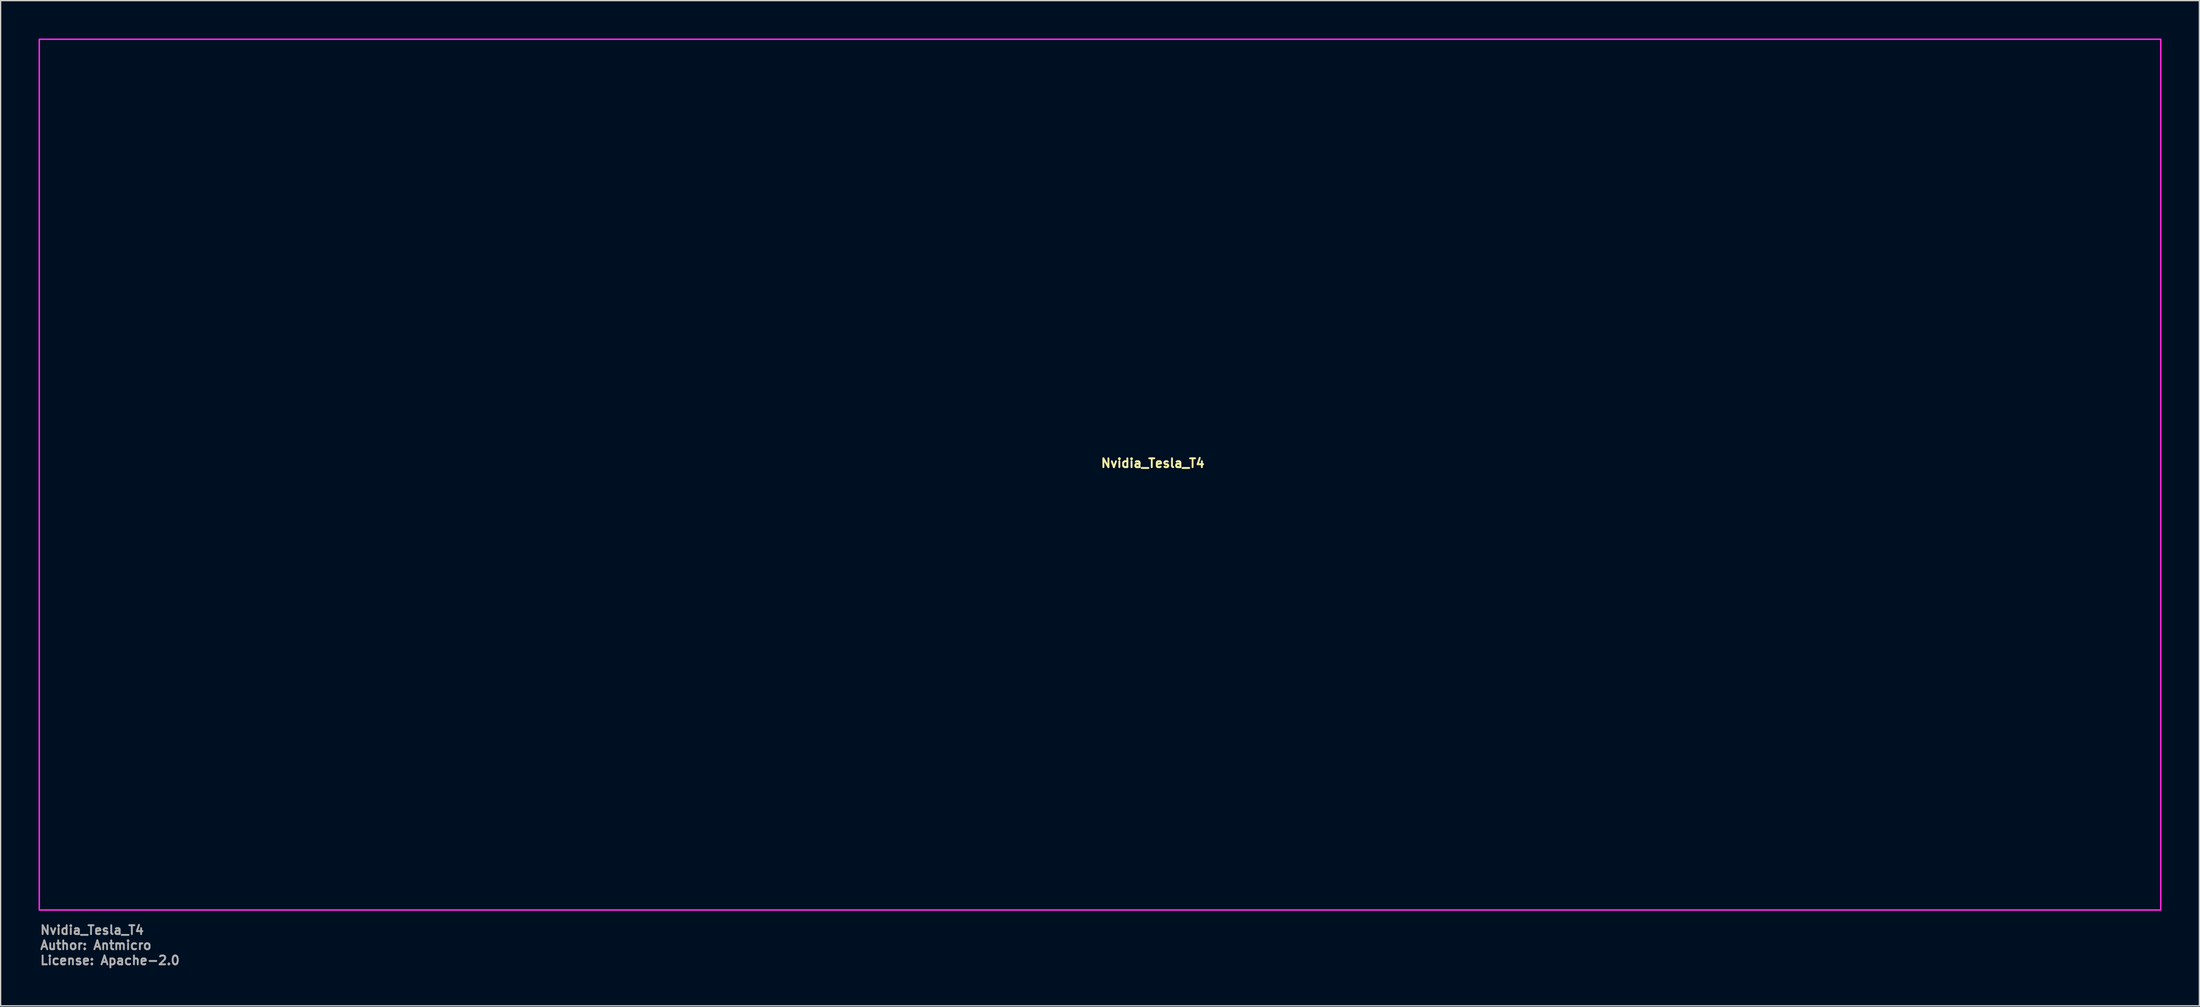
<source format=kicad_pcb>
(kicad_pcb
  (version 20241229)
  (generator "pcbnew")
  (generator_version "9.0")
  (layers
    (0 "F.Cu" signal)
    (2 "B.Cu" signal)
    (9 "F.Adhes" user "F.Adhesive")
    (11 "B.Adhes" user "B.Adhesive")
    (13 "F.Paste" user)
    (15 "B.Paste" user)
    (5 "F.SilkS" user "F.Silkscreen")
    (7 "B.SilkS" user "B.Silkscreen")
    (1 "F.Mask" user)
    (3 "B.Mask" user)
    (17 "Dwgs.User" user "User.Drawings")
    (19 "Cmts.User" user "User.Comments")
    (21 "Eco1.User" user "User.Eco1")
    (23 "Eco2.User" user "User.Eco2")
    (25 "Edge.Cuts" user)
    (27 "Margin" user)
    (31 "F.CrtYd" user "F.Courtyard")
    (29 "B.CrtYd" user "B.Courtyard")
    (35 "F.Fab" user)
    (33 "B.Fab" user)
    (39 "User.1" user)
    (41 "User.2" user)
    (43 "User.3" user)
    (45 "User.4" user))
  (footprint "Nvidia_Tesla_T4"
    (layer "F.Cu")
    (at 84.06 34.56)
    (property "Reference" "Nvidia_Tesla_T4" (at 0 -0.5 0) (unlocked yes) (layer "F.SilkS") (effects (font (size 0.7 0.7) (thickness 0.15)) (justify left bottom)))
    (attr exclude_from_pos_files exclude_from_bom)
    (fp_rect (start -84 -34.5) (end 84 34.5) (stroke (width 0.12) (type default)) (fill no) (layer "F.CrtYd"))
    (fp_text user "${REFERENCE}" (at -84 36.5 0) (unlocked yes) (layer "F.Fab") (effects (font (size 0.7 0.7) (thickness 0.15)) (justify left bottom)))
    (fp_text user "Author: Antmicro" (at -84 37.7 0) (layer "F.Fab") (effects (font (size 0.7 0.7) (thickness 0.15)) (justify left bottom)))
    (fp_text user "License: Apache-2.0" (at -84 38.9 0) (layer "F.Fab") (effects (font (size 0.7 0.7) (thickness 0.15)) (justify left bottom))))
  (gr_rect
    (start -3 -3)
    (end 171.12 76.656)
    (stroke (width 0.1) (type default))
    (fill no)
    (layer "Edge.Cuts")))
</source>
